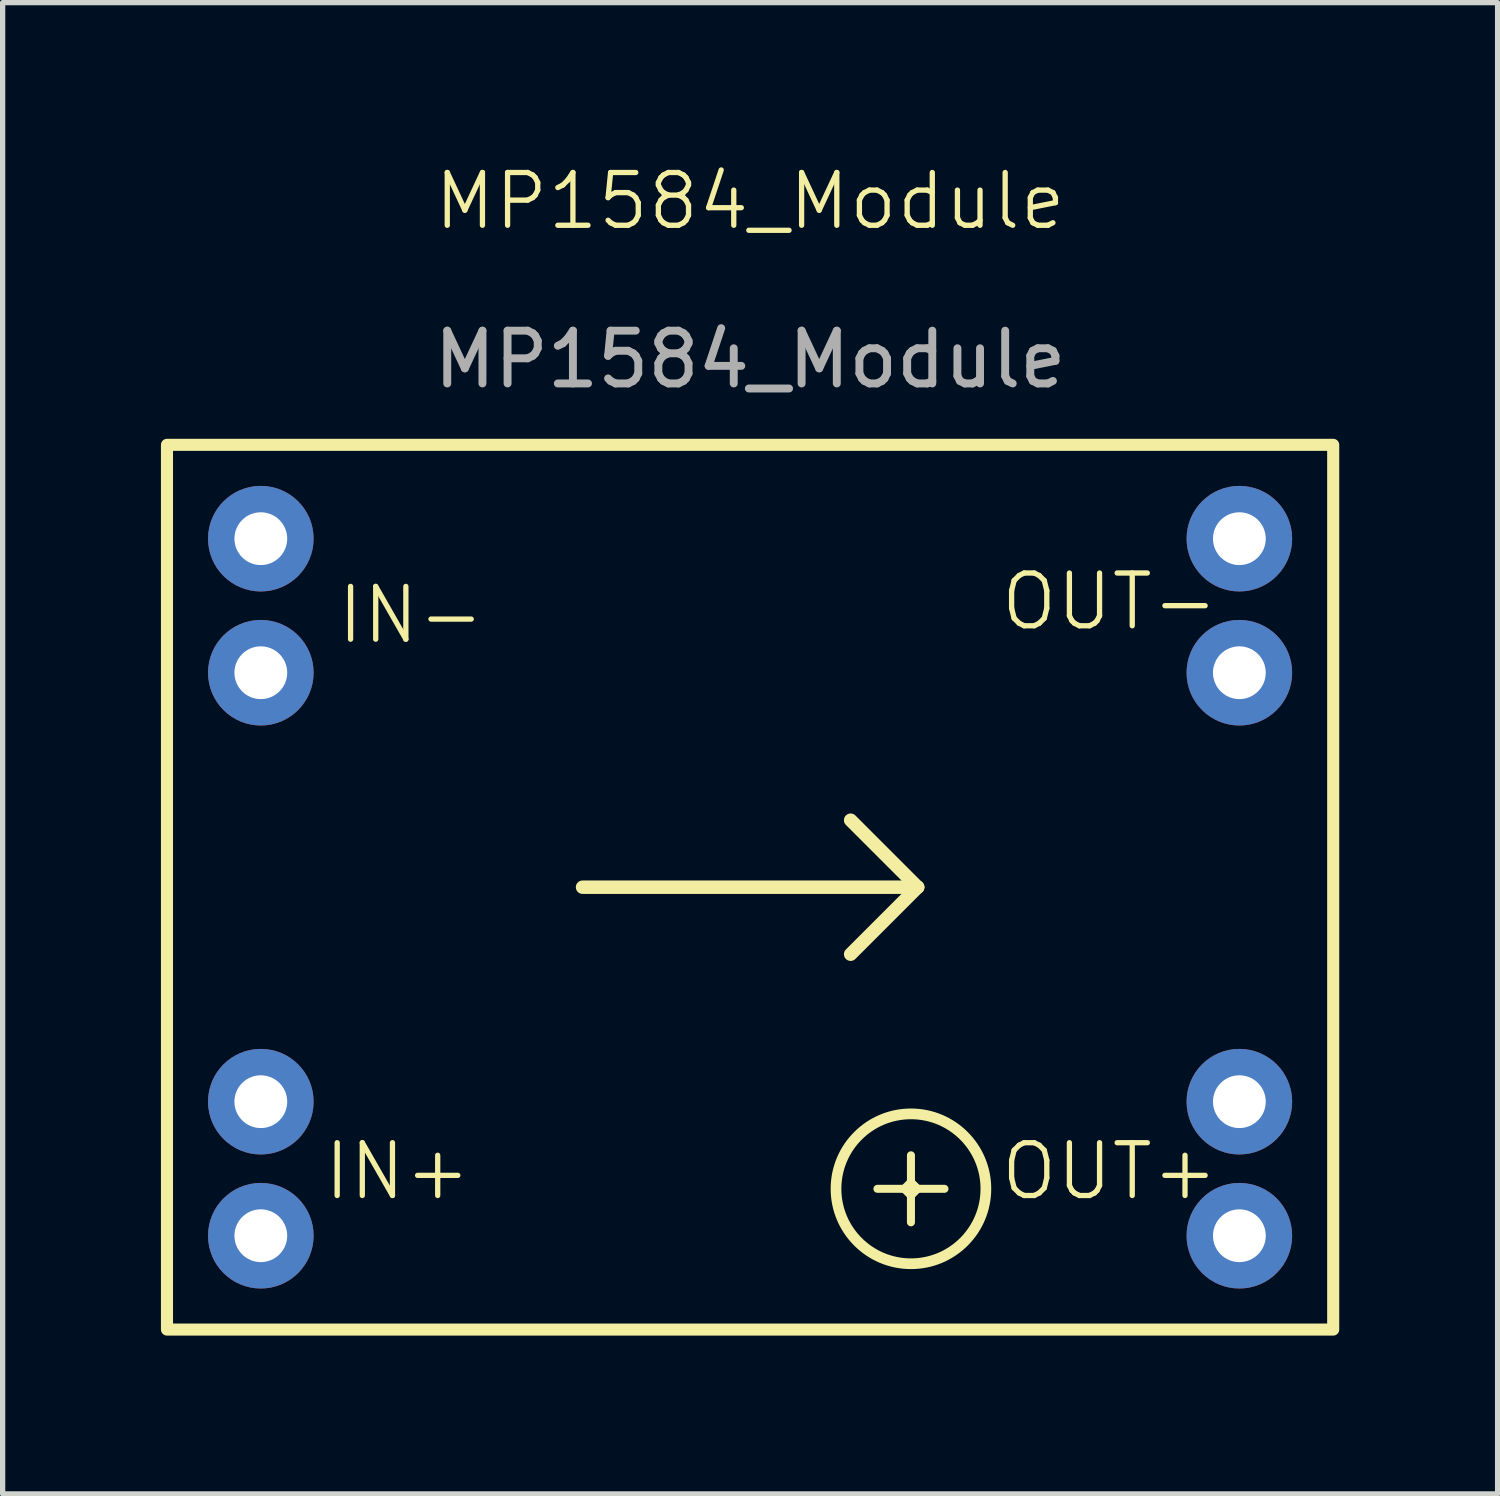
<source format=kicad_pcb>
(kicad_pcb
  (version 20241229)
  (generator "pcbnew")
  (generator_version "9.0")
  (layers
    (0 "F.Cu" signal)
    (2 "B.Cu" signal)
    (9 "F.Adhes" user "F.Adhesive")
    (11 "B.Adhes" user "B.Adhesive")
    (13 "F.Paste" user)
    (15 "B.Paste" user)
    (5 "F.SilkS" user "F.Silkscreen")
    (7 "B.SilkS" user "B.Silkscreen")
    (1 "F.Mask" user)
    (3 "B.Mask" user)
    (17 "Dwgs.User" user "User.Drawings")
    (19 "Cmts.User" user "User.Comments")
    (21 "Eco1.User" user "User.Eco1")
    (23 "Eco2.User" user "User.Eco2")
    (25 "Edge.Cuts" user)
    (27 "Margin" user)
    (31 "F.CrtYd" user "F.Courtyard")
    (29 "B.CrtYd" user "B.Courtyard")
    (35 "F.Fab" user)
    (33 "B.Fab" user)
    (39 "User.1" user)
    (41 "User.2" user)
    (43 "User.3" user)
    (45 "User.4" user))
  (footprint "MP1584_Module"
    (layer "F.Cu")
    (at 11.163 13.761)
    (property "Reference" "MP1584_Module" (at 0 -13 0) (unlocked yes) (layer "F.SilkS") (effects (font (size 1 1) (thickness 0.1))))
    (attr through_hole)
    (fp_line (start -3.175 0) (end 3.175 0) (stroke (width 0.254) (type solid)) (layer "F.SilkS"))
    (fp_line (start 2.413 5.715) (end 3.683 5.715) (stroke (width 0.152) (type solid)) (layer "F.SilkS"))
    (fp_line (start 3.048 5.08) (end 3.048 6.35) (stroke (width 0.152) (type solid)) (layer "F.SilkS"))
    (fp_line (start 3.048 5.588) (end 2.921 5.715) (stroke (width 0.152) (type solid)) (layer "F.SilkS"))
    (fp_line (start 3.048 5.842) (end 2.921 5.715) (stroke (width 0.152) (type solid)) (layer "F.SilkS"))
    (fp_line (start 3.175 0) (end 1.905 -1.27) (stroke (width 0.254) (type solid)) (layer "F.SilkS"))
    (fp_line (start 3.175 0) (end 1.905 1.27) (stroke (width 0.254) (type solid)) (layer "F.SilkS"))
    (fp_line (start 3.175 5.715) (end 3.048 5.588) (stroke (width 0.152) (type solid)) (layer "F.SilkS"))
    (fp_line (start 3.175 5.715) (end 3.048 5.842) (stroke (width 0.152) (type solid)) (layer "F.SilkS"))
    (fp_rect (start -11.049 -8.382) (end 11.049 8.382) (stroke (width 0.229) (type solid)) (fill no) (layer "F.SilkS"))
    (fp_circle (center 3.048 5.715) (end 3.683 4.445) (stroke (width 0.203) (type solid)) (fill no) (layer "F.SilkS"))
    (fp_text user "OUT+" (at 4.699 5.969 0) (unlocked yes) (layer "F.SilkS") (effects (font (size 1 1) (thickness 0.1)) (justify left bottom)))
    (fp_text user "IN-" (at -7.874 -4.572 0) (unlocked yes) (layer "F.SilkS") (effects (font (size 1 1) (thickness 0.1)) (justify left bottom)))
    (fp_text user "OUT-" (at 4.699 -4.826 0) (unlocked yes) (layer "F.SilkS") (effects (font (size 1 1) (thickness 0.1)) (justify left bottom)))
    (fp_text user "IN+" (at -8.128 5.969 0) (unlocked yes) (layer "F.SilkS") (effects (font (size 1 1) (thickness 0.1)) (justify left bottom)))
    (fp_text user "${REFERENCE}" (at 0 -10 0) (unlocked yes) (layer "F.Fab") (effects (font (size 1 1) (thickness 0.15))))
    (pad "1" thru_hole circle (at -9.271 -6.604) (size 2 2) (drill 1) (layers "*.Cu" "*.Mask"))
    (pad "1" thru_hole circle (at -9.271 -4.064) (size 2 2) (drill 1) (layers "*.Cu" "*.Mask"))
    (pad "2" thru_hole circle (at -9.271 4.064) (size 2 2) (drill 1) (layers "*.Cu" "*.Mask"))
    (pad "2" thru_hole circle (at -9.271 6.604) (size 2 2) (drill 1) (layers "*.Cu" "*.Mask"))
    (pad "3" thru_hole circle (at 9.271 4.064) (size 2 2) (drill 1) (layers "*.Cu" "*.Mask"))
    (pad "3" thru_hole circle (at 9.271 6.604) (size 2 2) (drill 1) (layers "*.Cu" "*.Mask"))
    (pad "4" thru_hole circle (at 9.271 -6.604) (size 2 2) (drill 1) (layers "*.Cu" "*.Mask"))
    (pad "4" thru_hole circle (at 9.271 -4.064) (size 2 2) (drill 1) (layers "*.Cu" "*.Mask")))
  (gr_rect
    (start -3 -3)
    (end 25.327 25.257)
    (stroke (width 0.1) (type default))
    (fill no)
    (layer "Edge.Cuts")))
</source>
